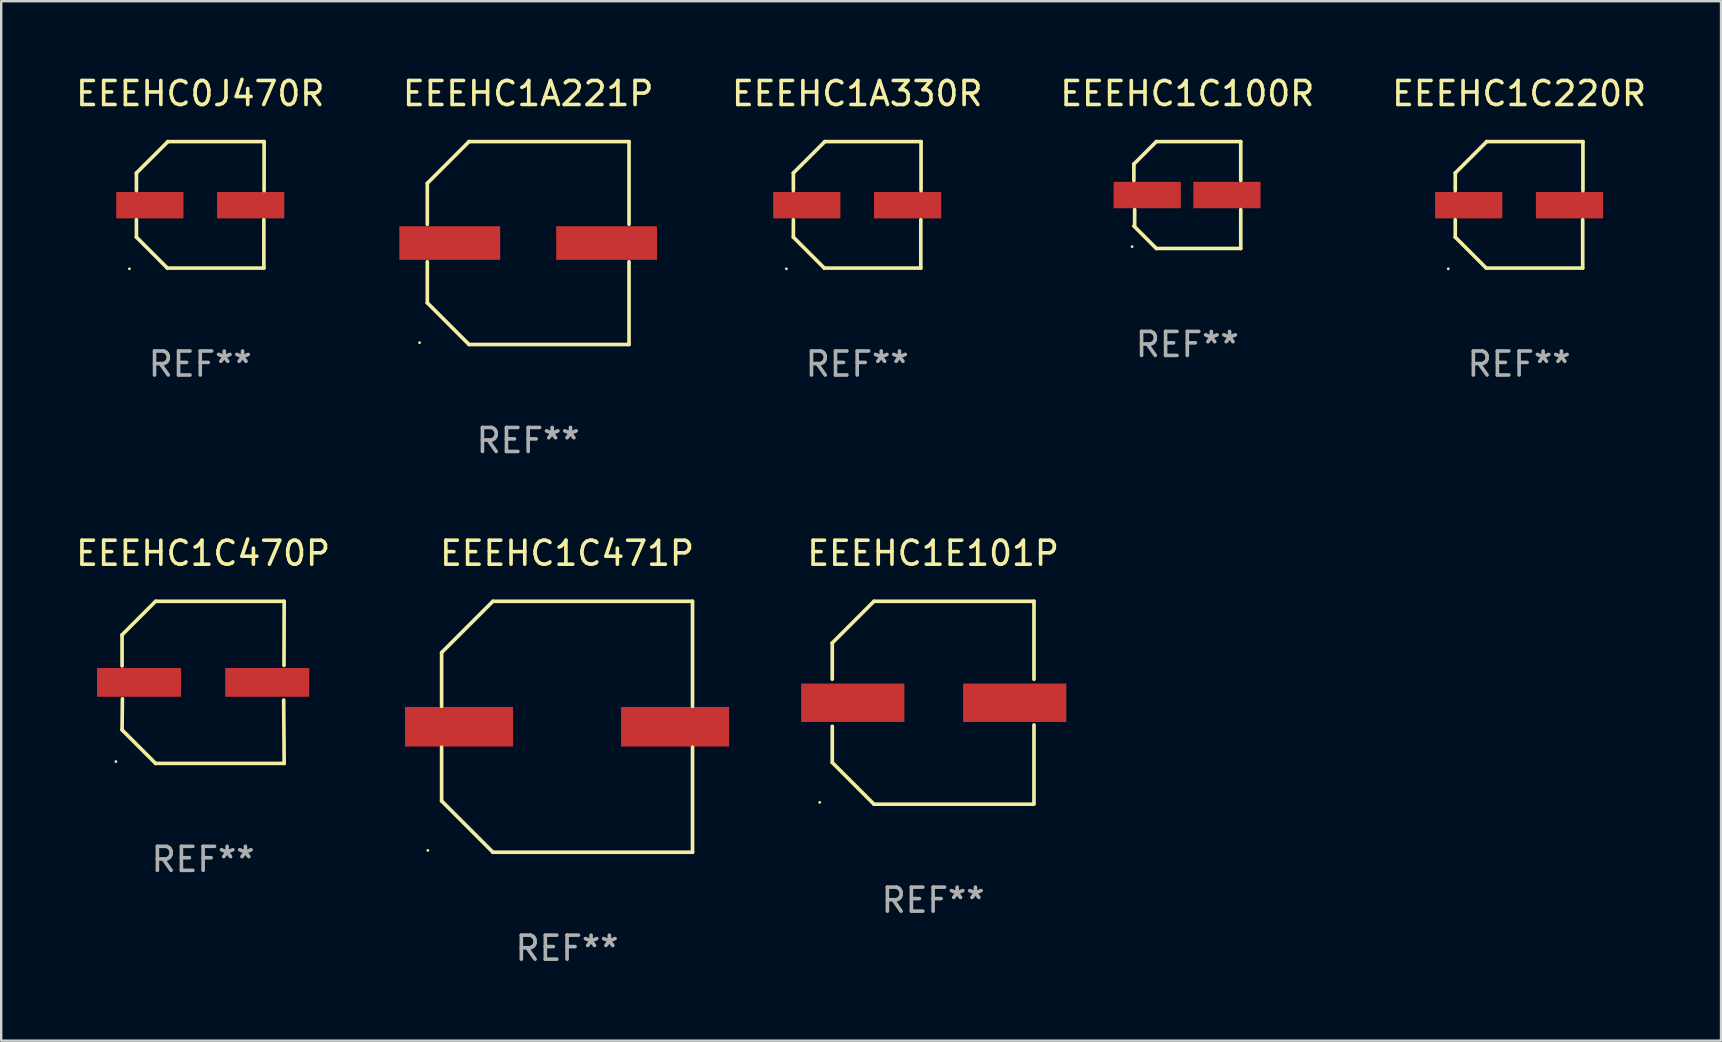
<source format=kicad_pcb>
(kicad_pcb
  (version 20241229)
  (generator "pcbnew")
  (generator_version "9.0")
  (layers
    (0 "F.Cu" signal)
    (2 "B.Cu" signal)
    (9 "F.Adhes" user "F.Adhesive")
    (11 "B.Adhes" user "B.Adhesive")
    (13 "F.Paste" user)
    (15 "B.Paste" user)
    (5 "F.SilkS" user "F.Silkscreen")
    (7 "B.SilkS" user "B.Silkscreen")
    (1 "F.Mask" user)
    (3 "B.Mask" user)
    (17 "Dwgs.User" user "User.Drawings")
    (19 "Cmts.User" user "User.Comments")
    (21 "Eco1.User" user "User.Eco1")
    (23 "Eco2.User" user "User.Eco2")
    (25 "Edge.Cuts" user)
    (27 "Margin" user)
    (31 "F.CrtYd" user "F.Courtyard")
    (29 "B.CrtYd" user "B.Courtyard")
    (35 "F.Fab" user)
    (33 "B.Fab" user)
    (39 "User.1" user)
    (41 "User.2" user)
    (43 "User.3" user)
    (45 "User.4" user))
  (footprint "EEEHC0J470R"
    (layer "F.Cu")
    (at 5.292 5.482)
    (property "Reference" "EEEHC0J470R" (at 0 -4.634 0) (layer "F.SilkS") (effects (font (size 1 1) (thickness 0.15))))
    (attr through_hole)
    (fp_line (start -2.659 -1.326) (end -2.659 -0.592) (stroke (width 0.152) (type solid)) (layer "F.SilkS"))
    (fp_line (start -2.659 1.346) (end -2.659 0.622) (stroke (width 0.152) (type solid)) (layer "F.SilkS"))
    (fp_line (start -1.372 2.634) (end -2.659 1.346) (stroke (width 0.152) (type solid)) (layer "F.SilkS"))
    (fp_line (start -1.349 -2.634) (end -2.659 -1.326) (stroke (width 0.152) (type solid)) (layer "F.SilkS"))
    (fp_line (start 2.649 0.622) (end 2.649 2.634) (stroke (width 0.152) (type solid)) (layer "F.SilkS"))
    (fp_line (start 2.649 2.634) (end -1.372 2.634) (stroke (width 0.152) (type solid)) (layer "F.SilkS"))
    (fp_line (start 2.659 -2.634) (end -1.349 -2.634) (stroke (width 0.152) (type solid)) (layer "F.SilkS"))
    (fp_line (start 2.659 -0.592) (end 2.659 -2.634) (stroke (width 0.152) (type solid)) (layer "F.SilkS"))
    (fp_circle (center -2.95 2.665) (end -2.92 2.665) (stroke (width 0.06) (type solid)) (fill no) (layer "F.SilkS"))
    (fp_text user "REF**" (at 0 6.634 0) (layer "F.Fab") (effects (font (size 1 1) (thickness 0.15))))
    (pad "1" smd rect (at -2.1 0.015) (size 2.8 1.1) (layers "F.Cu" "F.Mask" "F.Paste"))
    (pad "2" smd rect (at 2.1 0.015) (size 2.8 1.1) (layers "F.Cu" "F.Mask" "F.Paste")))
  (footprint "EEEHC1E101P"
    (layer "F.Cu")
    (at 35.819 26.223)
    (property "Reference" "EEEHC1E101P" (at 0 -6.226 0) (layer "F.SilkS") (effects (font (size 1 1) (thickness 0.15))))
    (attr through_hole)
    (fp_line (start -4.201 -0.98) (end -4.201 -2.49) (stroke (width 0.152) (type solid)) (layer "F.SilkS"))
    (fp_line (start -4.201 2.49) (end -4.201 0.98) (stroke (width 0.152) (type solid)) (layer "F.SilkS"))
    (fp_line (start -2.465 -4.226) (end -4.201 -2.49) (stroke (width 0.152) (type solid)) (layer "F.SilkS"))
    (fp_line (start -2.465 4.226) (end -4.201 2.49) (stroke (width 0.152) (type solid)) (layer "F.SilkS"))
    (fp_line (start 4.201 -4.226) (end -2.465 -4.226) (stroke (width 0.152) (type solid)) (layer "F.SilkS"))
    (fp_line (start 4.201 -4.226) (end 4.201 -0.98) (stroke (width 0.152) (type solid)) (layer "F.SilkS"))
    (fp_line (start 4.201 0.926) (end 4.201 4.172) (stroke (width 0.152) (type solid)) (layer "F.SilkS"))
    (fp_line (start 4.201 4.226) (end -2.465 4.226) (stroke (width 0.152) (type solid)) (layer "F.SilkS"))
    (fp_circle (center -4.725 4.15) (end -4.695 4.15) (stroke (width 0.06) (type solid)) (fill no) (layer "F.SilkS"))
    (fp_text user "REF**" (at 0 8.226 0) (layer "F.Fab") (effects (font (size 1 1) (thickness 0.15))))
    (pad "1" smd rect (at -3.347 0) (size 4.3 1.6) (layers "F.Cu" "F.Mask" "F.Paste"))
    (pad "2" smd rect (at 3.399 0) (size 4.3 1.6) (layers "F.Cu" "F.Mask" "F.Paste")))
  (footprint "EEEHC1C100R"
    (layer "F.Cu")
    (at 46.407 5.074)
    (property "Reference" "EEEHC1C100R" (at 0 -4.226 0) (layer "F.SilkS") (effects (font (size 1 1) (thickness 0.15))))
    (attr through_hole)
    (fp_line (start -2.226 -1.29) (end -2.226 -0.607) (stroke (width 0.152) (type solid)) (layer "F.SilkS"))
    (fp_line (start -2.193 1.29) (end -2.193 0.607) (stroke (width 0.152) (type solid)) (layer "F.SilkS"))
    (fp_line (start -1.29 2.226) (end -2.226 1.29) (stroke (width 0.152) (type solid)) (layer "F.SilkS"))
    (fp_line (start -1.29 -2.226) (end -2.226 -1.29) (stroke (width 0.152) (type solid)) (layer "F.SilkS"))
    (fp_line (start 2.226 -2.226) (end -1.29 -2.226) (stroke (width 0.152) (type solid)) (layer "F.SilkS"))
    (fp_line (start 2.226 -0.607) (end 2.226 -2.226) (stroke (width 0.152) (type solid)) (layer "F.SilkS"))
    (fp_line (start 2.226 0.607) (end 2.226 2.226) (stroke (width 0.152) (type solid)) (layer "F.SilkS"))
    (fp_line (start 2.226 2.226) (end -1.29 2.226) (stroke (width 0.152) (type solid)) (layer "F.SilkS"))
    (fp_circle (center -2.3 2.15) (end -2.27 2.15) (stroke (width 0.06) (type solid)) (fill no) (layer "F.SilkS"))
    (fp_text user "REF**" (at 0 6.226 0) (layer "F.Fab") (effects (font (size 1 1) (thickness 0.15))))
    (pad "1" smd rect (at -1.67 -0.000025) (size 2.8 1.1) (layers "F.Cu" "F.Mask" "F.Paste"))
    (pad "2" smd rect (at 1.651 -0.000025) (size 2.8 1.1) (layers "F.Cu" "F.Mask" "F.Paste")))
  (footprint "EEEHC1A330R"
    (layer "F.Cu")
    (at 32.657 5.482)
    (property "Reference" "EEEHC1A330R" (at 0 -4.634 0) (layer "F.SilkS") (effects (font (size 1 1) (thickness 0.15))))
    (attr through_hole)
    (fp_line (start -2.659 -1.326) (end -2.659 -0.592) (stroke (width 0.152) (type solid)) (layer "F.SilkS"))
    (fp_line (start -2.659 1.346) (end -2.659 0.622) (stroke (width 0.152) (type solid)) (layer "F.SilkS"))
    (fp_line (start -1.372 2.634) (end -2.659 1.346) (stroke (width 0.152) (type solid)) (layer "F.SilkS"))
    (fp_line (start -1.349 -2.634) (end -2.659 -1.326) (stroke (width 0.152) (type solid)) (layer "F.SilkS"))
    (fp_line (start 2.649 0.622) (end 2.649 2.634) (stroke (width 0.152) (type solid)) (layer "F.SilkS"))
    (fp_line (start 2.649 2.634) (end -1.372 2.634) (stroke (width 0.152) (type solid)) (layer "F.SilkS"))
    (fp_line (start 2.659 -2.634) (end -1.349 -2.634) (stroke (width 0.152) (type solid)) (layer "F.SilkS"))
    (fp_line (start 2.659 -0.592) (end 2.659 -2.634) (stroke (width 0.152) (type solid)) (layer "F.SilkS"))
    (fp_circle (center -2.95 2.665) (end -2.92 2.665) (stroke (width 0.06) (type solid)) (fill no) (layer "F.SilkS"))
    (fp_text user "REF**" (at 0 6.634 0) (layer "F.Fab") (effects (font (size 1 1) (thickness 0.15))))
    (pad "1" smd rect (at -2.1 0.015) (size 2.8 1.1) (layers "F.Cu" "F.Mask" "F.Paste"))
    (pad "2" smd rect (at 2.1 0.015) (size 2.8 1.1) (layers "F.Cu" "F.Mask" "F.Paste")))
  (footprint "EEEHC1A221P"
    (layer "F.Cu")
    (at 18.951 7.074)
    (property "Reference" "EEEHC1A221P" (at 0 -6.226 0) (layer "F.SilkS") (effects (font (size 1 1) (thickness 0.15))))
    (attr through_hole)
    (fp_line (start -4.201 -2.49) (end -4.201 -0.782) (stroke (width 0.152) (type solid)) (layer "F.SilkS"))
    (fp_line (start -4.201 2.49) (end -4.201 0.782) (stroke (width 0.152) (type solid)) (layer "F.SilkS"))
    (fp_line (start -2.465 -4.226) (end -4.201 -2.49) (stroke (width 0.152) (type solid)) (layer "F.SilkS"))
    (fp_line (start -2.465 4.226) (end -4.201 2.49) (stroke (width 0.152) (type solid)) (layer "F.SilkS"))
    (fp_line (start 4.201 -4.226) (end -2.465 -4.226) (stroke (width 0.152) (type solid)) (layer "F.SilkS"))
    (fp_line (start 4.201 -0.782) (end 4.201 -4.226) (stroke (width 0.152) (type solid)) (layer "F.SilkS"))
    (fp_line (start 4.201 0.782) (end 4.201 4.226) (stroke (width 0.152) (type solid)) (layer "F.SilkS"))
    (fp_line (start 4.201 4.226) (end -2.465 4.226) (stroke (width 0.152) (type solid)) (layer "F.SilkS"))
    (fp_circle (center -4.524 4.15) (end -4.494 4.15) (stroke (width 0.06) (type solid)) (fill no) (layer "F.SilkS"))
    (fp_text user "REF**" (at 0 8.226 0) (layer "F.Fab") (effects (font (size 1 1) (thickness 0.15))))
    (pad "1" smd rect (at -3.267 0) (size 4.2 1.4) (layers "F.Cu" "F.Mask" "F.Paste"))
    (pad "2" smd rect (at 3.267 0) (size 4.2 1.4) (layers "F.Cu" "F.Mask" "F.Paste")))
  (footprint "EEEHC1C220R"
    (layer "F.Cu")
    (at 60.228 5.482)
    (property "Reference" "EEEHC1C220R" (at 0 -4.634 0) (layer "F.SilkS") (effects (font (size 1 1) (thickness 0.15))))
    (attr through_hole)
    (fp_line (start -2.659 -1.326) (end -2.659 -0.592) (stroke (width 0.152) (type solid)) (layer "F.SilkS"))
    (fp_line (start -2.659 1.346) (end -2.659 0.622) (stroke (width 0.152) (type solid)) (layer "F.SilkS"))
    (fp_line (start -1.372 2.634) (end -2.659 1.346) (stroke (width 0.152) (type solid)) (layer "F.SilkS"))
    (fp_line (start -1.349 -2.634) (end -2.659 -1.326) (stroke (width 0.152) (type solid)) (layer "F.SilkS"))
    (fp_line (start 2.649 0.622) (end 2.649 2.634) (stroke (width 0.152) (type solid)) (layer "F.SilkS"))
    (fp_line (start 2.649 2.634) (end -1.372 2.634) (stroke (width 0.152) (type solid)) (layer "F.SilkS"))
    (fp_line (start 2.659 -2.634) (end -1.349 -2.634) (stroke (width 0.152) (type solid)) (layer "F.SilkS"))
    (fp_line (start 2.659 -0.592) (end 2.659 -2.634) (stroke (width 0.152) (type solid)) (layer "F.SilkS"))
    (fp_circle (center -2.95 2.665) (end -2.92 2.665) (stroke (width 0.06) (type solid)) (fill no) (layer "F.SilkS"))
    (fp_text user "REF**" (at 0 6.634 0) (layer "F.Fab") (effects (font (size 1 1) (thickness 0.15))))
    (pad "1" smd rect (at -2.1 0.015) (size 2.8 1.1) (layers "F.Cu" "F.Mask" "F.Paste"))
    (pad "2" smd rect (at 2.1 0.015) (size 2.8 1.1) (layers "F.Cu" "F.Mask" "F.Paste")))
  (footprint "EEEHC1C471P"
    (layer "F.Cu")
    (at 20.571 27.223)
    (property "Reference" "EEEHC1C471P" (at 0 -7.226 0) (layer "F.SilkS") (effects (font (size 1 1) (thickness 0.15))))
    (attr through_hole)
    (fp_line (start -5.226 -3.09) (end -5.226 -0.852) (stroke (width 0.152) (type solid)) (layer "F.SilkS"))
    (fp_line (start -5.226 3.09) (end -5.226 0.852) (stroke (width 0.152) (type solid)) (layer "F.SilkS"))
    (fp_line (start -3.09 -5.226) (end -5.226 -3.09) (stroke (width 0.152) (type solid)) (layer "F.SilkS"))
    (fp_line (start -3.09 5.226) (end -5.226 3.09) (stroke (width 0.152) (type solid)) (layer "F.SilkS"))
    (fp_line (start 5.226 -5.226) (end -3.09 -5.226) (stroke (width 0.152) (type solid)) (layer "F.SilkS"))
    (fp_line (start 5.226 -0.852) (end 5.226 -5.226) (stroke (width 0.152) (type solid)) (layer "F.SilkS"))
    (fp_line (start 5.226 0.852) (end 5.226 5.226) (stroke (width 0.152) (type solid)) (layer "F.SilkS"))
    (fp_line (start 5.226 5.226) (end -3.09 5.226) (stroke (width 0.152) (type solid)) (layer "F.SilkS"))
    (fp_circle (center -5.8 5.15) (end -5.77 5.15) (stroke (width 0.06) (type solid)) (fill no) (layer "F.SilkS"))
    (fp_text user "REF**" (at 0 9.226 0) (layer "F.Fab") (effects (font (size 1 1) (thickness 0.15))))
    (pad "1" smd rect (at -4.5 0) (size 4.5 1.65) (layers "F.Cu" "F.Mask" "F.Paste"))
    (pad "2" smd rect (at 4.5 0) (size 4.5 1.65) (layers "F.Cu" "F.Mask" "F.Paste")))
  (footprint "EEEHC1C470P"
    (layer "F.Cu")
    (at 5.411 25.373)
    (property "Reference" "EEEHC1C470P" (at 0 -5.376 0) (layer "F.SilkS") (effects (font (size 1 1) (thickness 0.15))))
    (attr through_hole)
    (fp_line (start -3.376 -1.98) (end -3.376 -0.686) (stroke (width 0.152) (type solid)) (layer "F.SilkS"))
    (fp_line (start -3.376 1.981) (end -3.362 0.686) (stroke (width 0.152) (type solid)) (layer "F.SilkS"))
    (fp_line (start -1.981 3.376) (end -3.376 1.981) (stroke (width 0.152) (type solid)) (layer "F.SilkS"))
    (fp_line (start -1.98 -3.376) (end -3.376 -1.98) (stroke (width 0.152) (type solid)) (layer "F.SilkS"))
    (fp_line (start 3.356 0.74) (end 3.376 3.376) (stroke (width 0.152) (type solid)) (layer "F.SilkS"))
    (fp_line (start 3.369 -0.707) (end 3.376 -3.376) (stroke (width 0.152) (type solid)) (layer "F.SilkS"))
    (fp_line (start 3.376 3.376) (end -1.981 3.376) (stroke (width 0.152) (type solid)) (layer "F.SilkS"))
    (fp_line (start 3.376 -3.376) (end -1.98 -3.376) (stroke (width 0.152) (type solid)) (layer "F.SilkS"))
    (fp_circle (center -3.634 3.3) (end -3.604 3.3) (stroke (width 0.06) (type solid)) (fill no) (layer "F.SilkS"))
    (fp_text user "REF**" (at 0 7.376 0) (layer "F.Fab") (effects (font (size 1 1) (thickness 0.15))))
    (pad "1" smd rect (at -2.67 0.000254) (size 3.5 1.2) (layers "F.Cu" "F.Mask" "F.Paste"))
    (pad "2" smd rect (at 2.67 0.000254) (size 3.5 1.2) (layers "F.Cu" "F.Mask" "F.Paste")))
  (gr_rect
    (start -3 -3)
    (end 68.639 40.298)
    (stroke (width 0.1) (type default))
    (fill no)
    (layer "Edge.Cuts")))
</source>
